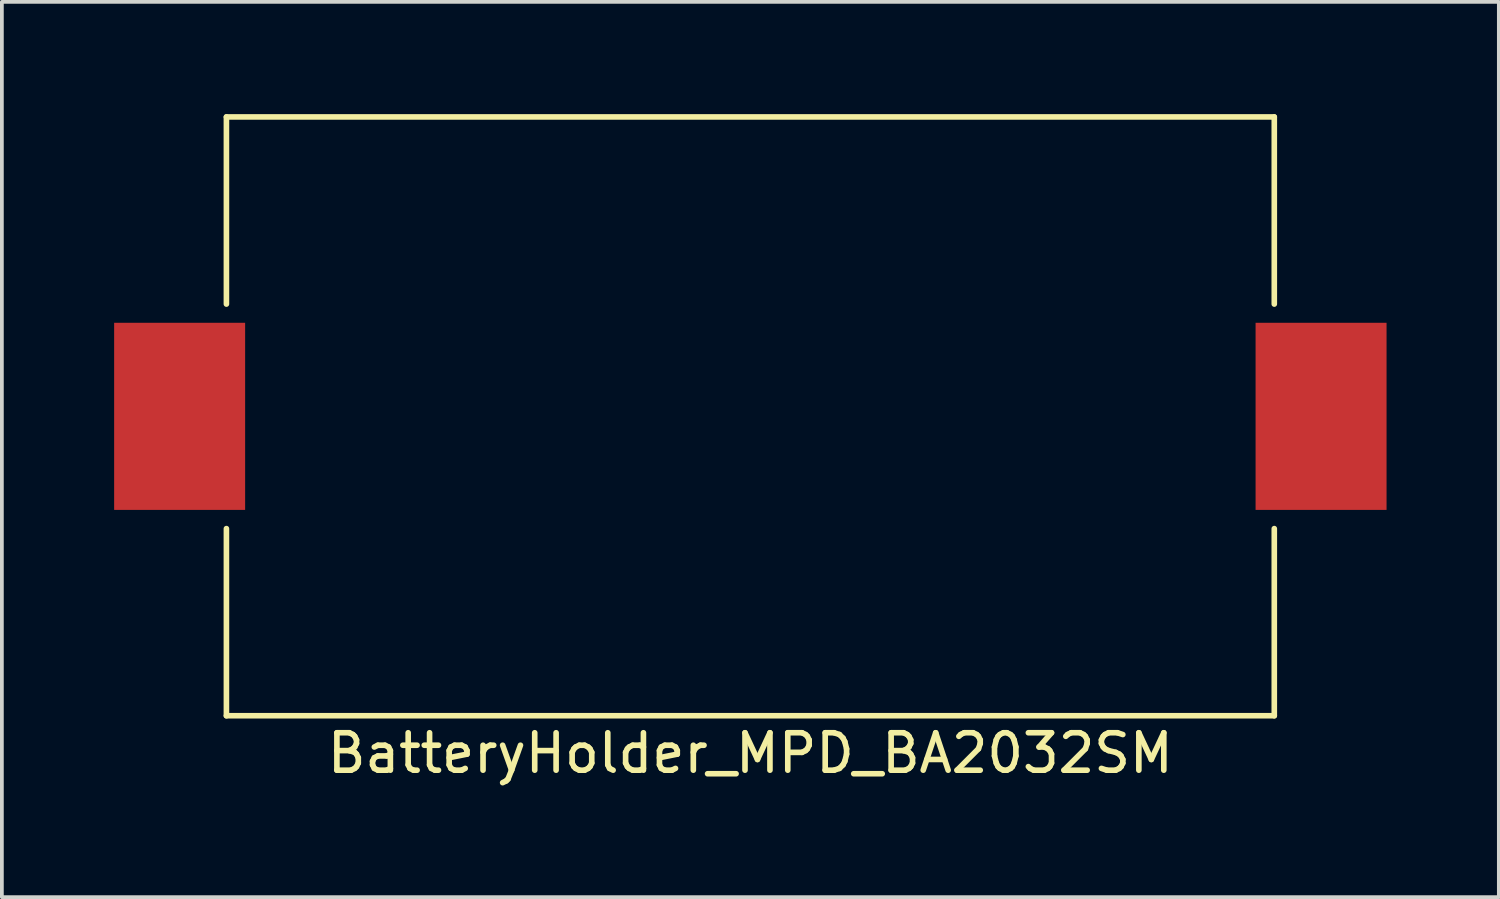
<source format=kicad_pcb>
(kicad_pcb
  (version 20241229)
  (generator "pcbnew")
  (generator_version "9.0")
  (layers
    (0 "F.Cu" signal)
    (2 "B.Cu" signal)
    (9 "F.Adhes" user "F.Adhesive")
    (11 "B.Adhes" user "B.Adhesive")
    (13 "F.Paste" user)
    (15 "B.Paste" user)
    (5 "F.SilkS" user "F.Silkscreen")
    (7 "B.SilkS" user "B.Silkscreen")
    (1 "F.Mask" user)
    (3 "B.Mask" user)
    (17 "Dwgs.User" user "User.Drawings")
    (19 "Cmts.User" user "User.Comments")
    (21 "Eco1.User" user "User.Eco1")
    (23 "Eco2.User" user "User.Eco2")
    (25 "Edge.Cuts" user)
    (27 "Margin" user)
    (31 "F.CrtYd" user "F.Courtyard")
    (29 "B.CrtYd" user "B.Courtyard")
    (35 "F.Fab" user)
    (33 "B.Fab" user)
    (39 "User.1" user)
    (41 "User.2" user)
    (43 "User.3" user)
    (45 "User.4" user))
  (footprint "BatteryHolder_MPD_BA2032SM"
    (layer "F.Cu")
    (at 17 8.075)
    (property "Reference" "BatteryHolder_MPD_BA2032SM" (at 0 9 0) (layer "F.SilkS") (effects (font (size 1 1) (thickness 0.15))))
    (attr through_hole)
    (fp_line (start -14 -8) (end -14 -3) (stroke (width 0.15) (type solid)) (layer "F.SilkS"))
    (fp_line (start -14 -8) (end 14 -8) (stroke (width 0.15) (type solid)) (layer "F.SilkS"))
    (fp_line (start -14 3) (end -14 8) (stroke (width 0.15) (type solid)) (layer "F.SilkS"))
    (fp_line (start -14 8) (end 14 8) (stroke (width 0.15) (type solid)) (layer "F.SilkS"))
    (fp_line (start 14 -8) (end 14 -3) (stroke (width 0.15) (type solid)) (layer "F.SilkS"))
    (fp_line (start 14 3) (end 14 8) (stroke (width 0.15) (type solid)) (layer "F.SilkS"))
    (pad "1" smd rect (at 15.25 0) (size 3.5 5) (layers "F.Cu" "F.Mask" "F.Paste"))
    (pad "2" smd rect (at -15.25 0) (size 3.5 5) (layers "F.Cu" "F.Mask" "F.Paste")))
  (gr_rect
    (start -3 -3)
    (end 37 20.923)
    (stroke (width 0.1) (type default))
    (fill no)
    (layer "Edge.Cuts")))
</source>
